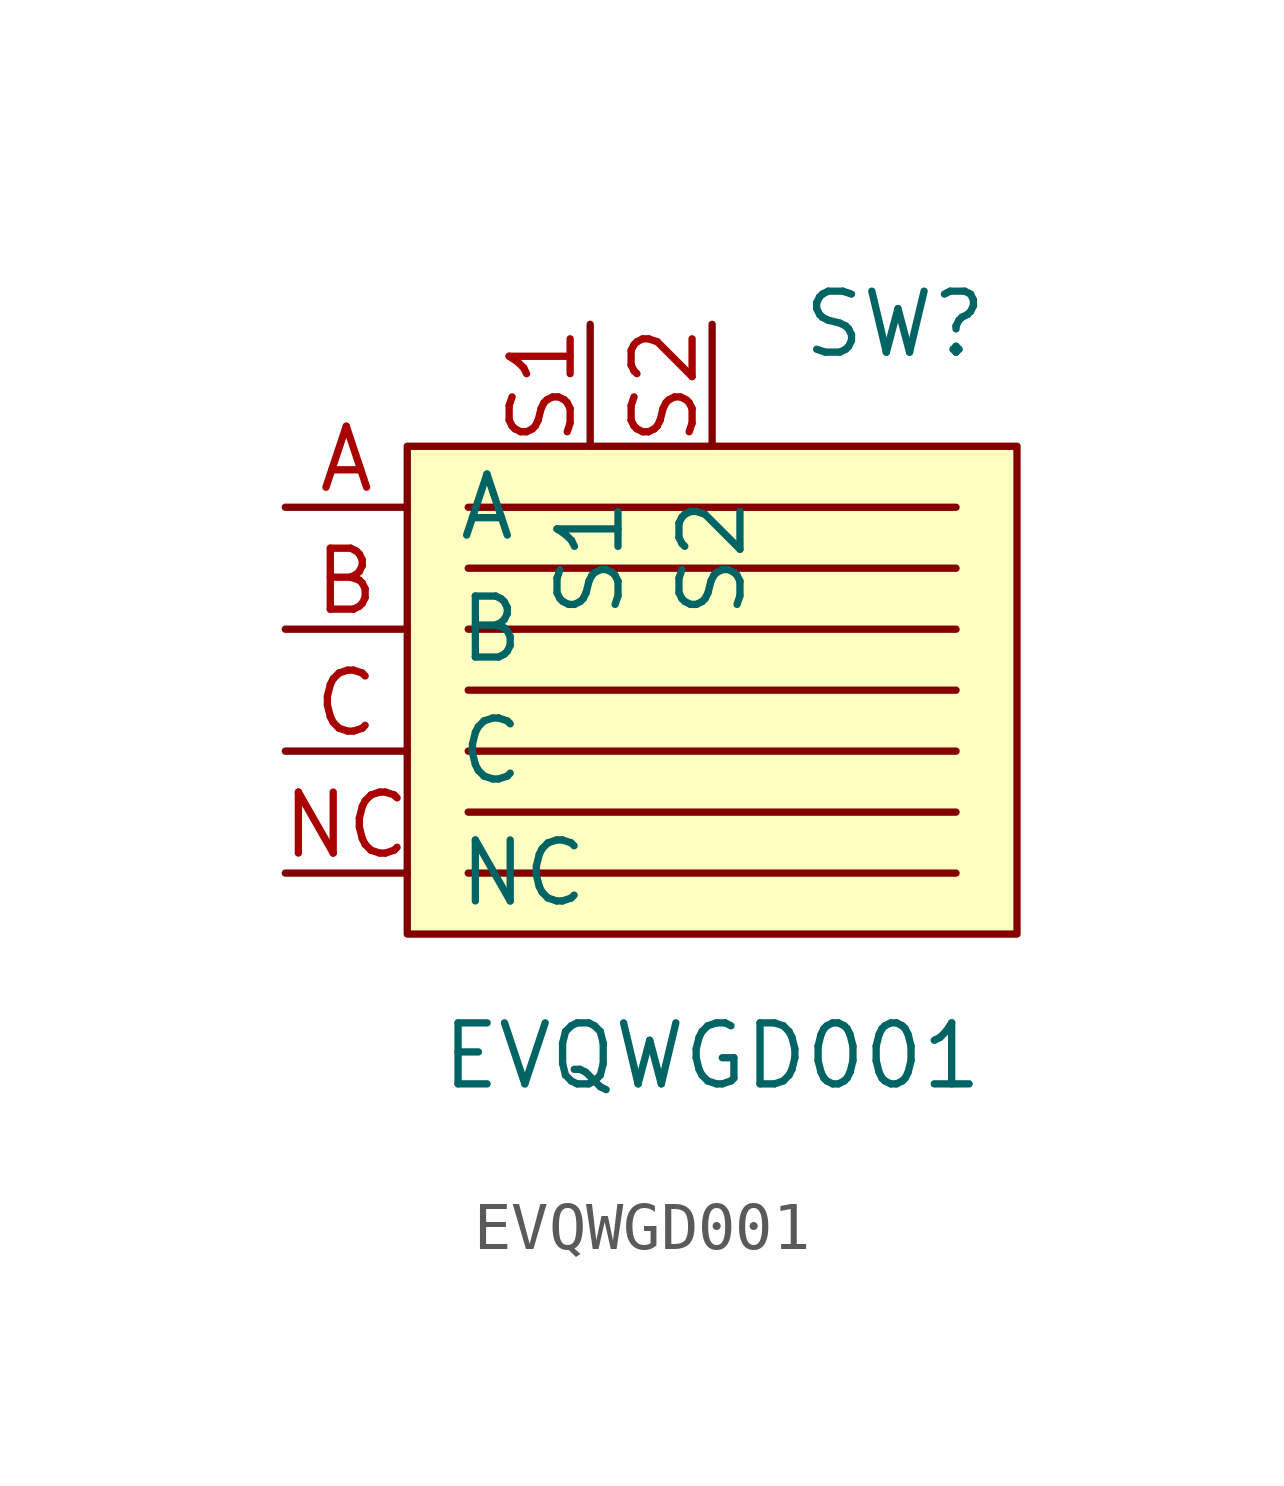
<source format=kicad_sym>
(kicad_symbol_lib
  (version 20220914)
  (generator kicad_symbol_editor)
  (symbol "EVQWGD001"
    (pin_names
      (offset 1.016))
    (property "Reference" "SW"
      (at 3.81 6.35 0)
      (effects (font (size 1.27 1.27))))
    (property "Value" "EVQWGD001"
      (at 0 -8.89 0)
      (effects (font (size 1.27 1.27))))
    (symbol "EVQWGD001_0_1"
      (rectangle (start -6.35 3.81) (end 6.35 -6.35) (stroke (width 0) (type solid)) (fill (type background)))
      (polyline (pts (xy -5.08 -5.08) (xy 5.08 -5.08)) (stroke (width 0) (type solid)) (fill (type none)))
      (polyline (pts (xy -5.08 -3.81) (xy 5.08 -3.81)) (stroke (width 0) (type solid)) (fill (type none)))
      (polyline (pts (xy -5.08 -2.54) (xy 5.08 -2.54)) (stroke (width 0) (type solid)) (fill (type none)))
      (polyline (pts (xy -5.08 -1.27) (xy 5.08 -1.27)) (stroke (width 0) (type solid)) (fill (type none)))
      (polyline (pts (xy -5.08 0) (xy 5.08 0)) (stroke (width 0) (type solid)) (fill (type none)))
      (polyline (pts (xy -5.08 1.27) (xy 5.08 1.27)) (stroke (width 0) (type solid)) (fill (type none)))
      (polyline (pts (xy -5.08 2.54) (xy 5.08 2.54)) (stroke (width 0) (type solid)) (fill (type none))))
    (symbol "EVQWGD001_1_1"
      (pin output line (at -8.89 2.54 0) (length 2.54) (name "A" (effects (font (size 1.27 1.27)))) (number "A" (effects (font (size 1.27 1.27)))))
      (pin output line (at -8.89 0 0) (length 2.54) (name "B" (effects (font (size 1.27 1.27)))) (number "B" (effects (font (size 1.27 1.27)))))
      (pin passive line (at -8.89 -2.54 0) (length 2.54) (name "C" (effects (font (size 1.27 1.27)))) (number "C" (effects (font (size 1.27 1.27)))))
      (pin unspecified line (at -8.89 -5.08 0) (length 2.54) (name "NC" (effects (font (size 1.27 1.27)))) (number "NC" (effects (font (size 1.27 1.27)))))
      (pin output line (at -2.54 6.35 270) (length 2.54) (name "S1" (effects (font (size 1.27 1.27)))) (number "S1" (effects (font (size 1.27 1.27)))))
      (pin output line (at 0 6.35 270) (length 2.54) (name "S2" (effects (font (size 1.27 1.27)))) (number "S2" (effects (font (size 1.27 1.27))))))))
</source>
